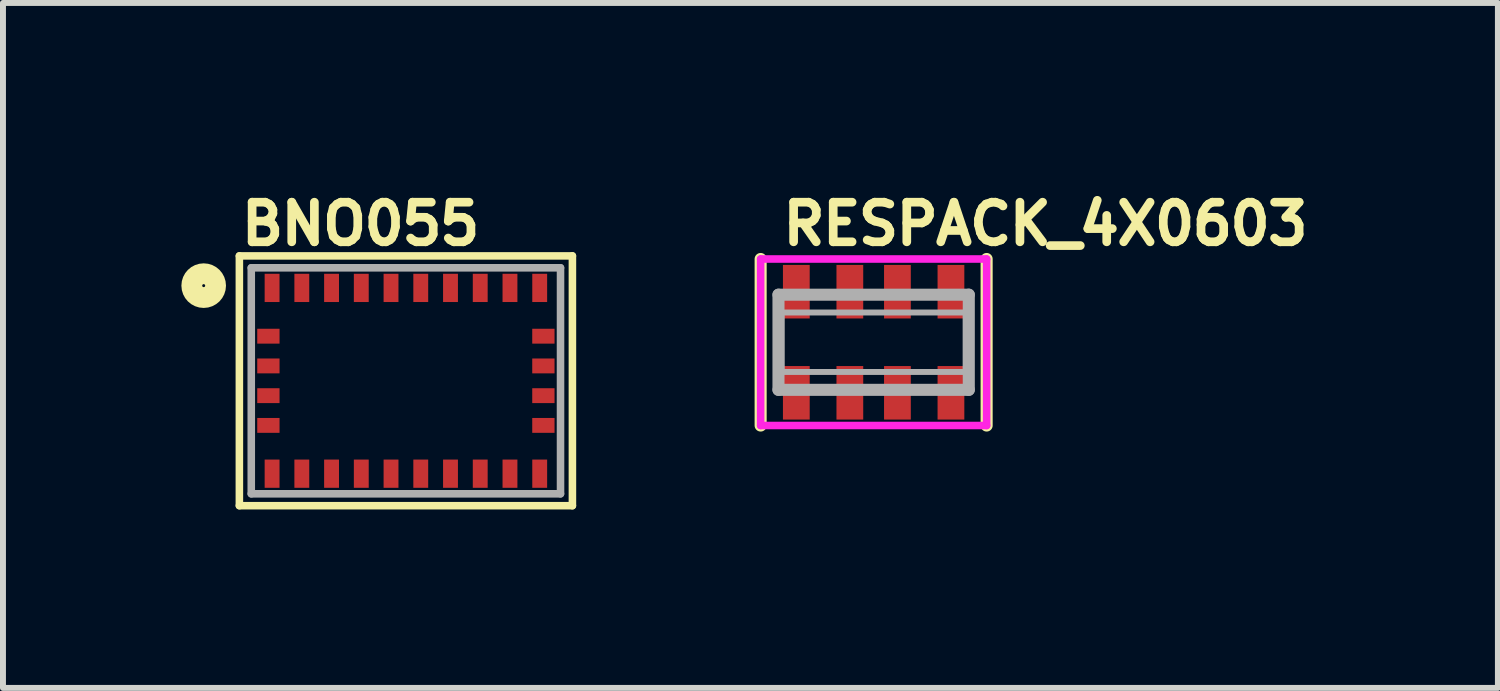
<source format=kicad_pcb>
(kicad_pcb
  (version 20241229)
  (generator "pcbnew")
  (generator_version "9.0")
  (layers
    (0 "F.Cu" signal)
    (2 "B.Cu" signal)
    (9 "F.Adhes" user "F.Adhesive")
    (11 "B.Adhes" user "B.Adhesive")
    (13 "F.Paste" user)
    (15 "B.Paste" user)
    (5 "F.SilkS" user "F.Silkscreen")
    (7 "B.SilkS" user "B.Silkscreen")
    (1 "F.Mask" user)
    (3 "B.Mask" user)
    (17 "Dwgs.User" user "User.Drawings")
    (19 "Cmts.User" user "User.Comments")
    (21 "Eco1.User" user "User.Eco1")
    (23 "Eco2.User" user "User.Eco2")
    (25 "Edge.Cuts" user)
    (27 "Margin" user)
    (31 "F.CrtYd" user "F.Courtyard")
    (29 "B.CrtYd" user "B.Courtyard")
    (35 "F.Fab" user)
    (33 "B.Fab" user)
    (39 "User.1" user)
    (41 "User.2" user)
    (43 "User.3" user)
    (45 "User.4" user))
  (footprint "BNO055"
    (layer "F.Cu")
    (at 3.775 3.353)
    (property "Reference" "BNO055" (at -2.84 -2.248 0) (layer "F.SilkS") (effects (font (size 0.666 0.666) (thickness 0.146)) (justify left bottom)))
    (fp_line (start -2.8 -2.1) (end 2.8 -2.1) (stroke (width 0.127) (type solid)) (layer "F.SilkS"))
    (fp_line (start -2.8 2.1) (end -2.8 -2.1) (stroke (width 0.127) (type solid)) (layer "F.SilkS"))
    (fp_line (start 2.8 -2.1) (end 2.8 2.1) (stroke (width 0.127) (type solid)) (layer "F.SilkS"))
    (fp_line (start 2.8 2.1) (end -2.8 2.1) (stroke (width 0.127) (type solid)) (layer "F.SilkS"))
    (fp_circle (center -3.4 -1.6) (end -3.2 -1.6) (stroke (width 0.35) (type solid)) (fill no) (layer "F.SilkS"))
    (fp_line (start -2.6 -1.9) (end 2.6 -1.9) (stroke (width 0.127) (type solid)) (layer "F.Fab"))
    (fp_line (start -2.6 1.9) (end -2.6 -1.9) (stroke (width 0.127) (type solid)) (layer "F.Fab"))
    (fp_line (start 2.6 -1.9) (end 2.6 1.9) (stroke (width 0.127) (type solid)) (layer "F.Fab"))
    (fp_line (start 2.6 1.9) (end -2.6 1.9) (stroke (width 0.127) (type solid)) (layer "F.Fab"))
    (pad "1" smd rect (at -2.25 -1.562) (size 0.25 0.475) (layers "F.Cu" "F.Mask" "F.Paste"))
    (pad "2" smd rect (at -2.312 -0.75) (size 0.375 0.25) (layers "F.Cu" "F.Mask" "F.Paste"))
    (pad "3" smd rect (at -2.312 -0.25) (size 0.375 0.25) (layers "F.Cu" "F.Mask" "F.Paste"))
    (pad "4" smd rect (at -2.312 0.25) (size 0.375 0.25) (layers "F.Cu" "F.Mask" "F.Paste"))
    (pad "5" smd rect (at -2.312 0.75) (size 0.375 0.25) (layers "F.Cu" "F.Mask" "F.Paste"))
    (pad "6" smd rect (at -2.25 1.562) (size 0.25 0.475) (layers "F.Cu" "F.Mask" "F.Paste"))
    (pad "7" smd rect (at -1.75 1.562) (size 0.25 0.475) (layers "F.Cu" "F.Mask" "F.Paste"))
    (pad "8" smd rect (at -1.25 1.562) (size 0.25 0.475) (layers "F.Cu" "F.Mask" "F.Paste"))
    (pad "9" smd rect (at -0.75 1.562) (size 0.25 0.475) (layers "F.Cu" "F.Mask" "F.Paste"))
    (pad "10" smd rect (at -0.25 1.562) (size 0.25 0.475) (layers "F.Cu" "F.Mask" "F.Paste"))
    (pad "11" smd rect (at 0.25 1.562) (size 0.25 0.475) (layers "F.Cu" "F.Mask" "F.Paste"))
    (pad "12" smd rect (at 0.75 1.562) (size 0.25 0.475) (layers "F.Cu" "F.Mask" "F.Paste"))
    (pad "13" smd rect (at 1.25 1.562) (size 0.25 0.475) (layers "F.Cu" "F.Mask" "F.Paste"))
    (pad "14" smd rect (at 1.75 1.562) (size 0.25 0.475) (layers "F.Cu" "F.Mask" "F.Paste"))
    (pad "15" smd rect (at 2.25 1.562) (size 0.25 0.475) (layers "F.Cu" "F.Mask" "F.Paste"))
    (pad "16" smd rect (at 2.312 0.75) (size 0.375 0.25) (layers "F.Cu" "F.Mask" "F.Paste"))
    (pad "17" smd rect (at 2.312 0.25) (size 0.375 0.25) (layers "F.Cu" "F.Mask" "F.Paste"))
    (pad "18" smd rect (at 2.312 -0.25) (size 0.375 0.25) (layers "F.Cu" "F.Mask" "F.Paste"))
    (pad "19" smd rect (at 2.312 -0.75) (size 0.375 0.25) (layers "F.Cu" "F.Mask" "F.Paste"))
    (pad "20" smd rect (at 2.25 -1.562) (size 0.25 0.475) (layers "F.Cu" "F.Mask" "F.Paste"))
    (pad "21" smd rect (at 1.75 -1.562) (size 0.25 0.475) (layers "F.Cu" "F.Mask" "F.Paste"))
    (pad "22" smd rect (at 1.25 -1.562) (size 0.25 0.475) (layers "F.Cu" "F.Mask" "F.Paste"))
    (pad "23" smd rect (at 0.75 -1.562) (size 0.25 0.475) (layers "F.Cu" "F.Mask" "F.Paste"))
    (pad "24" smd rect (at 0.25 -1.562) (size 0.25 0.475) (layers "F.Cu" "F.Mask" "F.Paste"))
    (pad "25" smd rect (at -0.25 -1.562) (size 0.25 0.475) (layers "F.Cu" "F.Mask" "F.Paste"))
    (pad "26" smd rect (at -0.75 -1.562) (size 0.25 0.475) (layers "F.Cu" "F.Mask" "F.Paste"))
    (pad "27" smd rect (at -1.25 -1.562) (size 0.25 0.475) (layers "F.Cu" "F.Mask" "F.Paste"))
    (pad "28" smd rect (at -1.75 -1.562) (size 0.25 0.475) (layers "F.Cu" "F.Mask" "F.Paste")))
  (footprint "RESPACK_4X0603"
    (layer "F.Cu")
    (at 11.64 2.705)
    (property "Reference" "RESPACK_4X0603" (at -1.6 -1.6 0) (layer "F.SilkS") (effects (font (size 0.666 0.666) (thickness 0.146)) (justify left bottom)))
    (fp_line (start -1.9 1.4) (end -1.9 -1.4) (stroke (width 0.203) (type solid)) (layer "F.SilkS"))
    (fp_line (start 1.9 -1.4) (end 1.9 1.4) (stroke (width 0.203) (type solid)) (layer "F.SilkS"))
    (fp_line (start -1.9 -1.4) (end 1.9 -1.4) (stroke (width 0.127) (type solid)) (layer "F.CrtYd"))
    (fp_line (start -1.9 1.4) (end -1.9 -1.4) (stroke (width 0.127) (type solid)) (layer "F.CrtYd"))
    (fp_line (start -1.9 1.4) (end 1.9 1.4) (stroke (width 0.127) (type solid)) (layer "F.CrtYd"))
    (fp_line (start 1.9 -1.4) (end 1.9 1.4) (stroke (width 0.127) (type solid)) (layer "F.CrtYd"))
    (fp_line (start -1.6 -0.8) (end 1.6 -0.8) (stroke (width 0.203) (type solid)) (layer "F.Fab"))
    (fp_line (start -1.6 0.8) (end -1.6 -0.8) (stroke (width 0.203) (type solid)) (layer "F.Fab"))
    (fp_line (start 1.6 -0.8) (end 1.6 0.8) (stroke (width 0.203) (type solid)) (layer "F.Fab"))
    (fp_line (start 1.6 0.8) (end -1.6 0.8) (stroke (width 0.203) (type solid)) (layer "F.Fab"))
    (fp_poly (pts (xy -1.55 0.5) (xy 1.55 0.5) (xy 1.55 -0.5) (xy -1.55 -0.5)) (stroke (width 0.1) (type solid)) (fill no) (layer "F.Fab"))
    (pad "1" smd rect (at -1.3 0.85) (size 0.45 0.9) (layers "F.Cu" "F.Mask" "F.Paste"))
    (pad "2" smd rect (at -0.4 0.85) (size 0.45 0.9) (layers "F.Cu" "F.Mask" "F.Paste"))
    (pad "3" smd rect (at 0.4 0.85) (size 0.45 0.9) (layers "F.Cu" "F.Mask" "F.Paste"))
    (pad "4" smd rect (at 1.3 0.85) (size 0.45 0.9) (layers "F.Cu" "F.Mask" "F.Paste"))
    (pad "5" smd rect (at 1.3 -0.85) (size 0.45 0.9) (layers "F.Cu" "F.Mask" "F.Paste"))
    (pad "6" smd rect (at 0.4 -0.85) (size 0.45 0.9) (layers "F.Cu" "F.Mask" "F.Paste"))
    (pad "7" smd rect (at -0.4 -0.85) (size 0.45 0.9) (layers "F.Cu" "F.Mask" "F.Paste"))
    (pad "8" smd rect (at -1.3 -0.85) (size 0.45 0.9) (layers "F.Cu" "F.Mask" "F.Paste")))
  (gr_rect
    (start -3 -3)
    (end 22.137 8.517)
    (stroke (width 0.1) (type default))
    (fill no)
    (layer "Edge.Cuts")))
</source>
